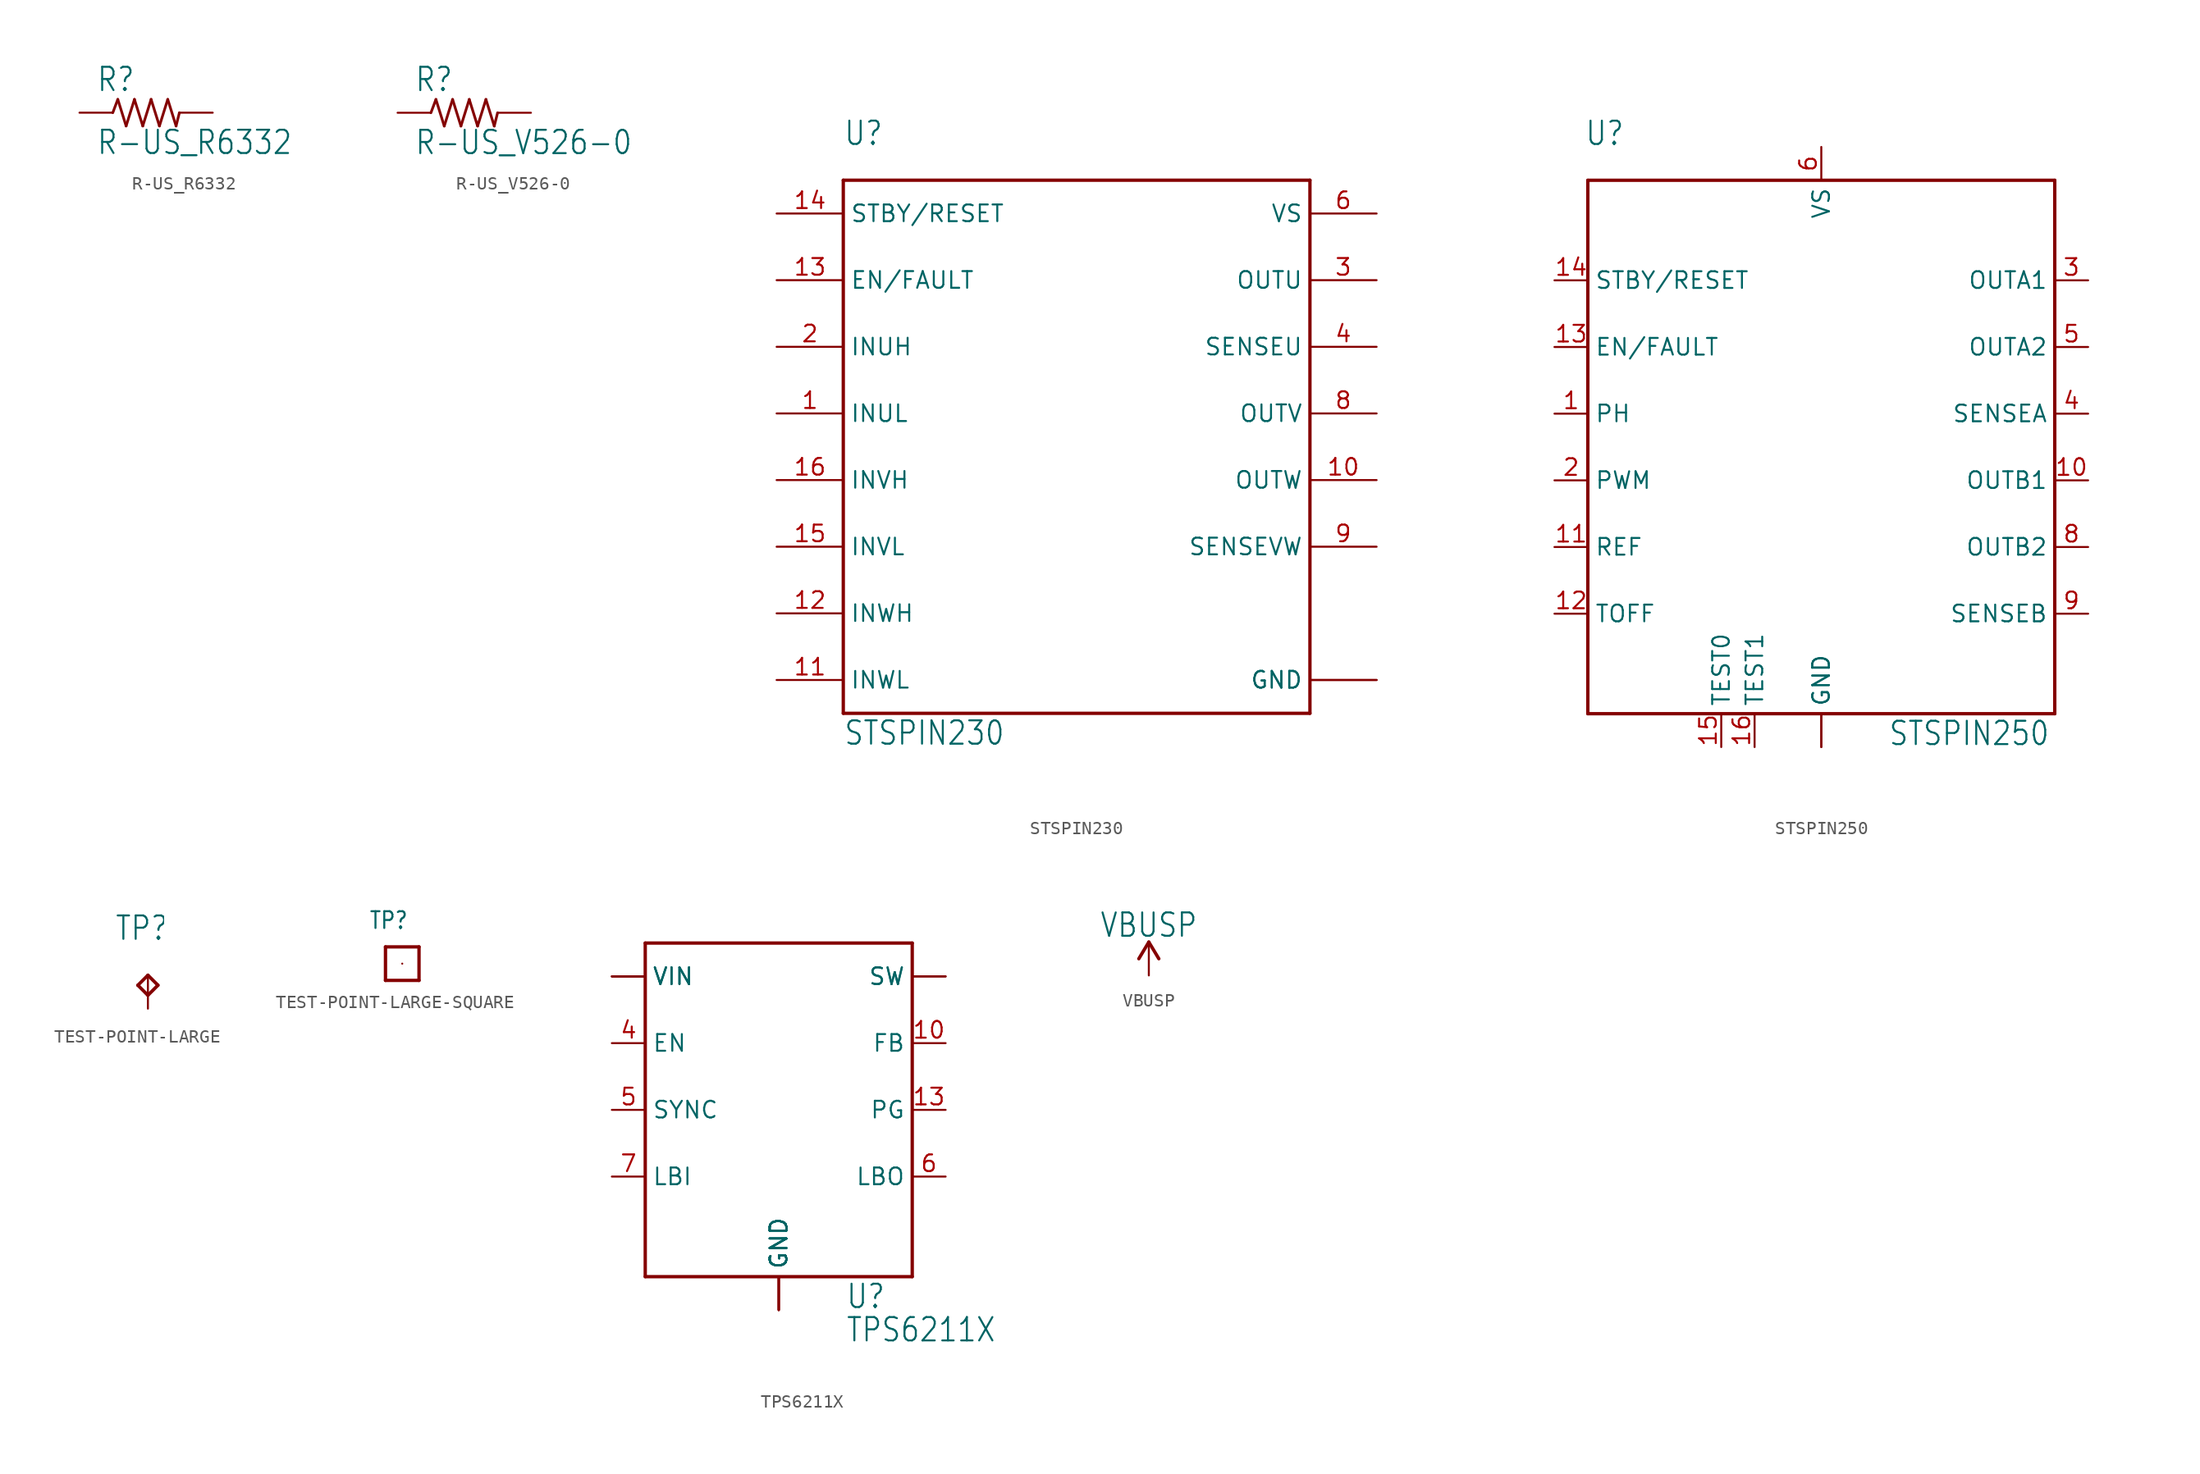
<source format=kicad_sym>
(kicad_symbol_lib
  (version 20210619)
  (generator kicad_symbol_editor)
  (symbol "R-US_R6332"
    (property "Reference" "R"
      (at -3.81 1.499 0)
      (effects (font (size 1.778 1.511)) (justify left bottom)))
    (property "Value" "R-US_R6332"
      (at -3.81 -3.302 0)
      (effects (font (size 1.778 1.511)) (justify left bottom)))
    (property "ki_locked" ""
      (at 0 0 0)
      (effects (font (size 1.27 1.27))))
    (symbol "R-US_R6332_1_0"
      (polyline (pts (xy -2.54 0) (xy -2.159 1.016)) (stroke (width 0.203)) (fill (type none)))
      (polyline (pts (xy -2.159 1.016) (xy -1.524 -1.016)) (stroke (width 0.203)) (fill (type none)))
      (polyline (pts (xy -1.524 -1.016) (xy -0.889 1.016)) (stroke (width 0.203)) (fill (type none)))
      (polyline (pts (xy -0.889 1.016) (xy -0.254 -1.016)) (stroke (width 0.203)) (fill (type none)))
      (polyline (pts (xy -0.254 -1.016) (xy 0.381 1.016)) (stroke (width 0.203)) (fill (type none)))
      (polyline (pts (xy 0.381 1.016) (xy 1.016 -1.016)) (stroke (width 0.203)) (fill (type none)))
      (polyline (pts (xy 1.016 -1.016) (xy 1.651 1.016)) (stroke (width 0.203)) (fill (type none)))
      (polyline (pts (xy 1.651 1.016) (xy 2.286 -1.016)) (stroke (width 0.203)) (fill (type none)))
      (polyline (pts (xy 2.286 -1.016) (xy 2.54 0)) (stroke (width 0.203)) (fill (type none)))
      (pin passive line (at -5.08 0 0) (length 2.54) (name "1" (effects (font (size 0 0)))) (number "1" (effects (font (size 0 0)))))
      (pin passive line (at 5.08 0 180) (length 2.54) (name "2" (effects (font (size 0 0)))) (number "2" (effects (font (size 0 0)))))))
  (symbol "R-US_V526-0"
    (property "Reference" "R"
      (at -3.81 1.499 0)
      (effects (font (size 1.778 1.511)) (justify left bottom)))
    (property "Value" "R-US_V526-0"
      (at -3.81 -3.302 0)
      (effects (font (size 1.778 1.511)) (justify left bottom)))
    (property "ki_locked" ""
      (at 0 0 0)
      (effects (font (size 1.27 1.27))))
    (symbol "R-US_V526-0_1_0"
      (polyline (pts (xy -2.54 0) (xy -2.159 1.016)) (stroke (width 0.203)) (fill (type none)))
      (polyline (pts (xy -2.159 1.016) (xy -1.524 -1.016)) (stroke (width 0.203)) (fill (type none)))
      (polyline (pts (xy -1.524 -1.016) (xy -0.889 1.016)) (stroke (width 0.203)) (fill (type none)))
      (polyline (pts (xy -0.889 1.016) (xy -0.254 -1.016)) (stroke (width 0.203)) (fill (type none)))
      (polyline (pts (xy -0.254 -1.016) (xy 0.381 1.016)) (stroke (width 0.203)) (fill (type none)))
      (polyline (pts (xy 0.381 1.016) (xy 1.016 -1.016)) (stroke (width 0.203)) (fill (type none)))
      (polyline (pts (xy 1.016 -1.016) (xy 1.651 1.016)) (stroke (width 0.203)) (fill (type none)))
      (polyline (pts (xy 1.651 1.016) (xy 2.286 -1.016)) (stroke (width 0.203)) (fill (type none)))
      (polyline (pts (xy 2.286 -1.016) (xy 2.54 0)) (stroke (width 0.203)) (fill (type none)))
      (pin passive line (at -5.08 0 0) (length 2.54) (name "1" (effects (font (size 0 0)))) (number "1" (effects (font (size 0 0)))))
      (pin passive line (at 5.08 0 180) (length 2.54) (name "2" (effects (font (size 0 0)))) (number "2" (effects (font (size 0 0)))))))
  (symbol "STSPIN230"
    (property "Reference" "U"
      (at -17.78 22.86 0)
      (effects (font (size 1.778 1.511)) (justify left bottom)))
    (property "Value" "STSPIN230"
      (at -17.78 -22.86 0)
      (effects (font (size 1.778 1.511)) (justify left bottom)))
    (property "ki_locked" ""
      (at 0 0 0)
      (effects (font (size 1.27 1.27))))
    (symbol "STSPIN230_1_0"
      (polyline (pts (xy -17.78 -20.32) (xy 17.78 -20.32)) (stroke (width 0.254)) (fill (type none)))
      (polyline (pts (xy -17.78 20.32) (xy -17.78 -20.32)) (stroke (width 0.254)) (fill (type none)))
      (polyline (pts (xy 17.78 -20.32) (xy 17.78 20.32)) (stroke (width 0.254)) (fill (type none)))
      (polyline (pts (xy 17.78 20.32) (xy -17.78 20.32)) (stroke (width 0.254)) (fill (type none)))
      (pin input line (at -22.86 2.54 0) (length 5.08) (name "INUL" (effects (font (size 1.27 1.27)))) (number "1" (effects (font (size 1.27 1.27)))))
      (pin output line (at 22.86 -2.54 180) (length 5.08) (name "OUTW" (effects (font (size 1.27 1.27)))) (number "10" (effects (font (size 1.27 1.27)))))
      (pin input line (at -22.86 -17.78 0) (length 5.08) (name "INWL" (effects (font (size 1.27 1.27)))) (number "11" (effects (font (size 1.27 1.27)))))
      (pin input line (at -22.86 -12.7 0) (length 5.08) (name "INWH" (effects (font (size 1.27 1.27)))) (number "12" (effects (font (size 1.27 1.27)))))
      (pin bidirectional line (at -22.86 12.7 0) (length 5.08) (name "EN/FAULT" (effects (font (size 1.27 1.27)))) (number "13" (effects (font (size 1.27 1.27)))))
      (pin input line (at -22.86 17.78 0) (length 5.08) (name "STBY/RESET" (effects (font (size 1.27 1.27)))) (number "14" (effects (font (size 1.27 1.27)))))
      (pin input line (at -22.86 -7.62 0) (length 5.08) (name "INVL" (effects (font (size 1.27 1.27)))) (number "15" (effects (font (size 1.27 1.27)))))
      (pin input line (at -22.86 -2.54 0) (length 5.08) (name "INVH" (effects (font (size 1.27 1.27)))) (number "16" (effects (font (size 1.27 1.27)))))
      (pin input line (at -22.86 7.62 0) (length 5.08) (name "INUH" (effects (font (size 1.27 1.27)))) (number "2" (effects (font (size 1.27 1.27)))))
      (pin output line (at 22.86 12.7 180) (length 5.08) (name "OUTU" (effects (font (size 1.27 1.27)))) (number "3" (effects (font (size 1.27 1.27)))))
      (pin output line (at 22.86 7.62 180) (length 5.08) (name "SENSEU" (effects (font (size 1.27 1.27)))) (number "4" (effects (font (size 1.27 1.27)))))
      (pin power_in line (at 22.86 17.78 180) (length 5.08) (name "VS" (effects (font (size 1.27 1.27)))) (number "6" (effects (font (size 1.27 1.27)))))
      (pin power_in line (at 22.86 -17.78 180) (length 5.08) (name "GND" (effects (font (size 1.27 1.27)))) (number "7" (effects (font (size 0 0)))))
      (pin output line (at 22.86 2.54 180) (length 5.08) (name "OUTV" (effects (font (size 1.27 1.27)))) (number "8" (effects (font (size 1.27 1.27)))))
      (pin output line (at 22.86 -7.62 180) (length 5.08) (name "SENSEVW" (effects (font (size 1.27 1.27)))) (number "9" (effects (font (size 1.27 1.27)))))
      (pin power_in line (at 22.86 -17.78 180) (length 5.08) (name "GND" (effects (font (size 1.27 1.27)))) (number "EPAD" (effects (font (size 0 0)))))))
  (symbol "STSPIN250"
    (property "Reference" "U"
      (at -18.034 22.86 0)
      (effects (font (size 1.778 1.511)) (justify left bottom)))
    (property "Value" "STSPIN250"
      (at 5.08 -22.86 0)
      (effects (font (size 1.778 1.511)) (justify left bottom)))
    (property "ki_locked" ""
      (at 0 0 0)
      (effects (font (size 1.27 1.27))))
    (symbol "STSPIN250_1_0"
      (polyline (pts (xy -17.78 -20.32) (xy 17.78 -20.32)) (stroke (width 0.254)) (fill (type none)))
      (polyline (pts (xy -17.78 20.32) (xy -17.78 -20.32)) (stroke (width 0.254)) (fill (type none)))
      (polyline (pts (xy 17.78 -20.32) (xy 17.78 20.32)) (stroke (width 0.254)) (fill (type none)))
      (polyline (pts (xy 17.78 20.32) (xy -17.78 20.32)) (stroke (width 0.254)) (fill (type none)))
      (pin input line (at -20.32 2.54 0) (length 2.54) (name "PH" (effects (font (size 1.27 1.27)))) (number "1" (effects (font (size 1.27 1.27)))))
      (pin output line (at 20.32 -2.54 180) (length 2.54) (name "OUTB1" (effects (font (size 1.27 1.27)))) (number "10" (effects (font (size 1.27 1.27)))))
      (pin passive line (at -20.32 -7.62 0) (length 2.54) (name "REF" (effects (font (size 1.27 1.27)))) (number "11" (effects (font (size 1.27 1.27)))))
      (pin passive line (at -20.32 -12.7 0) (length 2.54) (name "TOFF" (effects (font (size 1.27 1.27)))) (number "12" (effects (font (size 1.27 1.27)))))
      (pin bidirectional line (at -20.32 7.62 0) (length 2.54) (name "EN/FAULT" (effects (font (size 1.27 1.27)))) (number "13" (effects (font (size 1.27 1.27)))))
      (pin bidirectional line (at -20.32 12.7 0) (length 2.54) (name "STBY/RESET" (effects (font (size 1.27 1.27)))) (number "14" (effects (font (size 1.27 1.27)))))
      (pin bidirectional line (at -7.62 -22.86 90) (length 2.54) (name "TEST0" (effects (font (size 1.27 1.27)))) (number "15" (effects (font (size 1.27 1.27)))))
      (pin bidirectional line (at -5.08 -22.86 90) (length 2.54) (name "TEST1" (effects (font (size 1.27 1.27)))) (number "16" (effects (font (size 1.27 1.27)))))
      (pin input line (at -20.32 -2.54 0) (length 2.54) (name "PWM" (effects (font (size 1.27 1.27)))) (number "2" (effects (font (size 1.27 1.27)))))
      (pin output line (at 20.32 12.7 180) (length 2.54) (name "OUTA1" (effects (font (size 1.27 1.27)))) (number "3" (effects (font (size 1.27 1.27)))))
      (pin output line (at 20.32 2.54 180) (length 2.54) (name "SENSEA" (effects (font (size 1.27 1.27)))) (number "4" (effects (font (size 1.27 1.27)))))
      (pin output line (at 20.32 7.62 180) (length 2.54) (name "OUTA2" (effects (font (size 1.27 1.27)))) (number "5" (effects (font (size 1.27 1.27)))))
      (pin power_in line (at 0 22.86 270) (length 2.54) (name "VS" (effects (font (size 1.27 1.27)))) (number "6" (effects (font (size 1.27 1.27)))))
      (pin power_in line (at 0 -22.86 90) (length 2.54) (name "GND" (effects (font (size 1.27 1.27)))) (number "7" (effects (font (size 0 0)))))
      (pin output line (at 20.32 -7.62 180) (length 2.54) (name "OUTB2" (effects (font (size 1.27 1.27)))) (number "8" (effects (font (size 1.27 1.27)))))
      (pin output line (at 20.32 -12.7 180) (length 2.54) (name "SENSEB" (effects (font (size 1.27 1.27)))) (number "9" (effects (font (size 1.27 1.27)))))
      (pin power_in line (at 0 -22.86 90) (length 2.54) (name "GND" (effects (font (size 1.27 1.27)))) (number "EPAD" (effects (font (size 0 0)))))))
  (symbol "TEST-POINT-LARGE"
    (property "Reference" "TP"
      (at -2.54 2.54 0)
      (effects (font (size 1.778 1.511)) (justify left bottom)))
    (property "ki_locked" ""
      (at 0 0 0)
      (effects (font (size 1.27 1.27))))
    (symbol "TEST-POINT-LARGE_1_0"
      (polyline (pts (xy -0.762 -0.762) (xy 0 0)) (stroke (width 0.254)) (fill (type none)))
      (polyline (pts (xy 0 -1.524) (xy -0.762 -0.762)) (stroke (width 0.254)) (fill (type none)))
      (polyline (pts (xy 0 0) (xy 0.762 -0.762)) (stroke (width 0.254)) (fill (type none)))
      (polyline (pts (xy 0.762 -0.762) (xy 0 -1.524)) (stroke (width 0.254)) (fill (type none)))
      (pin input line (at 0 -2.54 90) (length 2.54) (name "TP" (effects (font (size 0 0)))) (number "1" (effects (font (size 0 0)))))))
  (symbol "TEST-POINT-LARGE-SQUARE"
    (property "Reference" "TP"
      (at -2.54 2.54 0)
      (effects (font (size 1.27 1.079)) (justify left bottom)))
    (property "ki_locked" ""
      (at 0 0 0)
      (effects (font (size 1.27 1.27))))
    (symbol "TEST-POINT-LARGE-SQUARE_1_0"
      (polyline (pts (xy -1.27 -1.27) (xy -1.27 1.27)) (stroke (width 0.254)) (fill (type none)))
      (polyline (pts (xy -1.27 1.27) (xy 1.27 1.27)) (stroke (width 0.254)) (fill (type none)))
      (polyline (pts (xy 1.27 -1.27) (xy -1.27 -1.27)) (stroke (width 0.254)) (fill (type none)))
      (polyline (pts (xy 1.27 1.27) (xy 1.27 -1.27)) (stroke (width 0.254)) (fill (type none)))
      (pin passive line (at 0 0 0) (length 0) (name "1" (effects (font (size 0 0)))) (number "1" (effects (font (size 0 0)))))))
  (symbol "TPS6211X"
    (property "Reference" "U"
      (at 5.08 -17.78 0)
      (effects (font (size 1.778 1.511)) (justify left bottom)))
    (property "Value" "TPS6211X"
      (at 5.08 -20.32 0)
      (effects (font (size 1.778 1.511)) (justify left bottom)))
    (property "ki_locked" ""
      (at 0 0 0)
      (effects (font (size 1.27 1.27))))
    (symbol "TPS6211X_1_0"
      (polyline (pts (xy -10.16 -15.24) (xy -10.16 10.16)) (stroke (width 0.254)) (fill (type none)))
      (polyline (pts (xy -10.16 10.16) (xy 10.16 10.16)) (stroke (width 0.254)) (fill (type none)))
      (polyline (pts (xy 10.16 -15.24) (xy -10.16 -15.24)) (stroke (width 0.254)) (fill (type none)))
      (polyline (pts (xy 10.16 10.16) (xy 10.16 -15.24)) (stroke (width 0.254)) (fill (type none)))
      (pin power_in line (at 0 -17.78 90) (length 2.54) (name "GND" (effects (font (size 1.27 1.27)))) (number "1" (effects (font (size 0 0)))))
      (pin input line (at 12.7 2.54 180) (length 2.54) (name "FB" (effects (font (size 1.27 1.27)))) (number "10" (effects (font (size 1.27 1.27)))))
      (pin power_in line (at 0 -17.78 90) (length 2.54) (name "GND" (effects (font (size 1.27 1.27)))) (number "11" (effects (font (size 0 0)))))
      (pin power_in line (at 0 -17.78 90) (length 2.54) (name "GND" (effects (font (size 1.27 1.27)))) (number "12" (effects (font (size 0 0)))))
      (pin open_collector line (at 12.7 -2.54 180) (length 2.54) (name "PG" (effects (font (size 1.27 1.27)))) (number "13" (effects (font (size 1.27 1.27)))))
      (pin output line (at 12.7 7.62 180) (length 2.54) (name "SW" (effects (font (size 1.27 1.27)))) (number "14" (effects (font (size 0 0)))))
      (pin output line (at 12.7 7.62 180) (length 2.54) (name "SW" (effects (font (size 1.27 1.27)))) (number "15" (effects (font (size 0 0)))))
      (pin power_in line (at 0 -17.78 90) (length 2.54) (name "GND" (effects (font (size 1.27 1.27)))) (number "16" (effects (font (size 0 0)))))
      (pin power_in line (at -12.7 7.62 0) (length 2.54) (name "VIN" (effects (font (size 1.27 1.27)))) (number "2" (effects (font (size 0 0)))))
      (pin power_in line (at -12.7 7.62 0) (length 2.54) (name "VIN" (effects (font (size 1.27 1.27)))) (number "3" (effects (font (size 0 0)))))
      (pin input line (at -12.7 2.54 0) (length 2.54) (name "EN" (effects (font (size 1.27 1.27)))) (number "4" (effects (font (size 1.27 1.27)))))
      (pin input line (at -12.7 -2.54 0) (length 2.54) (name "SYNC" (effects (font (size 1.27 1.27)))) (number "5" (effects (font (size 1.27 1.27)))))
      (pin open_collector line (at 12.7 -7.62 180) (length 2.54) (name "LBO" (effects (font (size 1.27 1.27)))) (number "6" (effects (font (size 1.27 1.27)))))
      (pin input line (at -12.7 -7.62 0) (length 2.54) (name "LBI" (effects (font (size 1.27 1.27)))) (number "7" (effects (font (size 1.27 1.27)))))
      (pin power_in line (at -12.7 7.62 0) (length 2.54) (name "VIN" (effects (font (size 1.27 1.27)))) (number "8" (effects (font (size 0 0)))))
      (pin power_in line (at 0 -17.78 90) (length 2.54) (name "GND" (effects (font (size 1.27 1.27)))) (number "9" (effects (font (size 0 0)))))
      (pin power_in line (at 0 -17.78 90) (length 2.54) (name "GND" (effects (font (size 1.27 1.27)))) (number "PAD" (effects (font (size 0 0)))))))
  (symbol "VBUSP"
    (power)
    (property "Reference" "#VBUSP"
      (at 0 0 0)
      (effects (font (size 1.27 1.27)) hide))
    (property "Value" "VBUSP"
      (at 0 2.794 0)
      (effects (font (size 1.778 1.511)) (justify bottom)))
    (property "ki_locked" ""
      (at 0 0 0)
      (effects (font (size 1.27 1.27))))
    (symbol "VBUSP_1_0"
      (polyline (pts (xy 0 2.54) (xy -0.762 1.27)) (stroke (width 0.254)) (fill (type none)))
      (polyline (pts (xy 0.762 1.27) (xy 0 2.54)) (stroke (width 0.254)) (fill (type none)))
      (pin power_in line (at 0 0 90) (length 2.54) (name "VBUSP" (effects (font (size 0 0)))) (number "1" (effects (font (size 0 0))))))))
</source>
